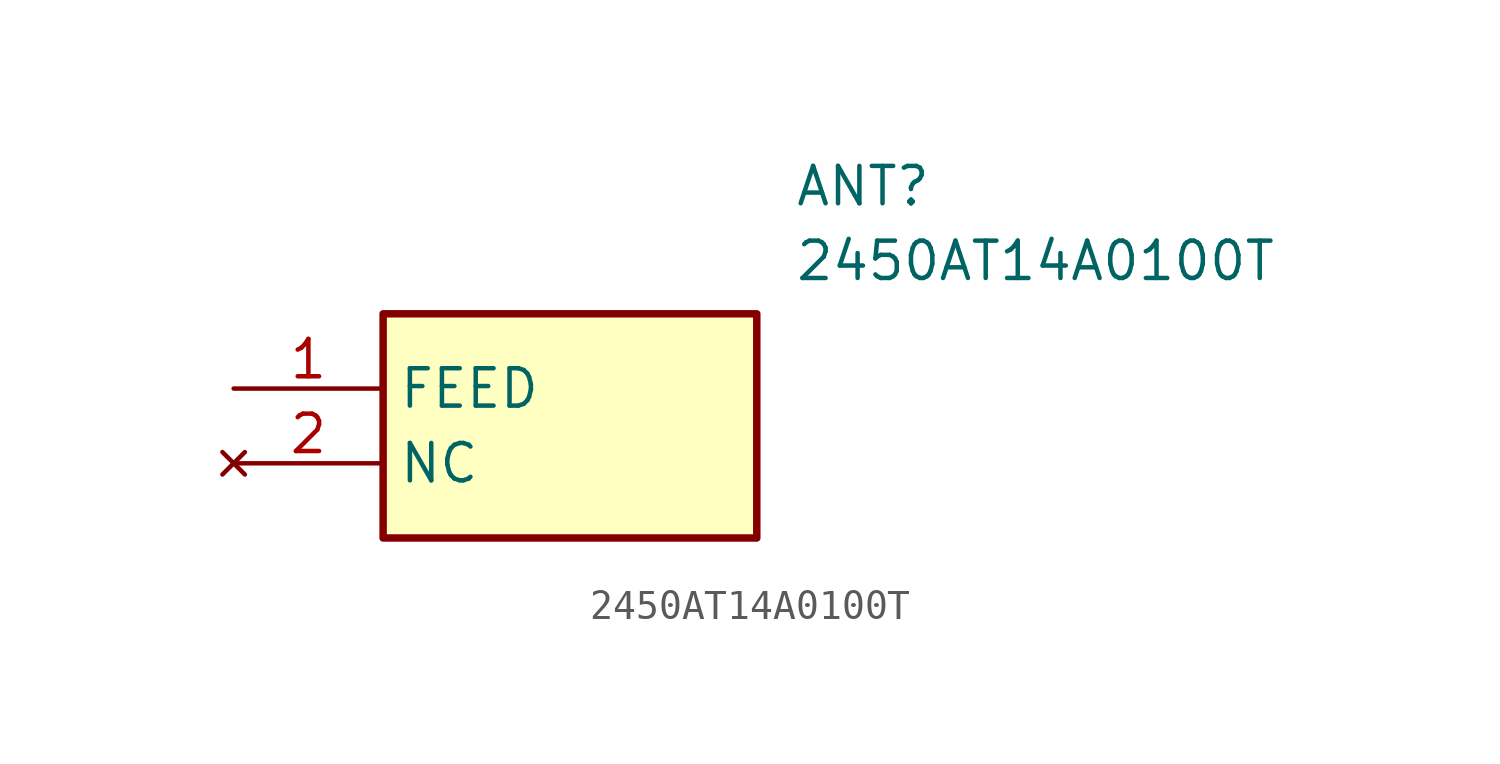
<source format=kicad_sym>
(kicad_symbol_lib
  (version 20211014)
  (generator SamacSys_ECAD_Model)
  (symbol "2450AT14A0100T"
    (property "Reference" "ANT"
      (at 19.05 7.62 0)
      (effects (font (size 1.27 1.27)) (justify left top)))
    (property "Value" "2450AT14A0100T"
      (at 19.05 5.08 0)
      (effects (font (size 1.27 1.27)) (justify left top)))
    (rectangle
      (start 5.08 2.54)
      (end 17.78 -5.08)
      (stroke (width 0.254) (type default))
      (fill (type background)))
    (pin input line
      (at 0 0 0)
      (length 5.08)
      (name "FEED" (effects (font (size 1.27 1.27))))
      (number "1" (effects (font (size 1.27 1.27)))))
    (pin no_connect line
      (at 0 -2.54 0)
      (length 5.08)
      (name "NC" (effects (font (size 1.27 1.27))))
      (number "2" (effects (font (size 1.27 1.27)))))))
</source>
